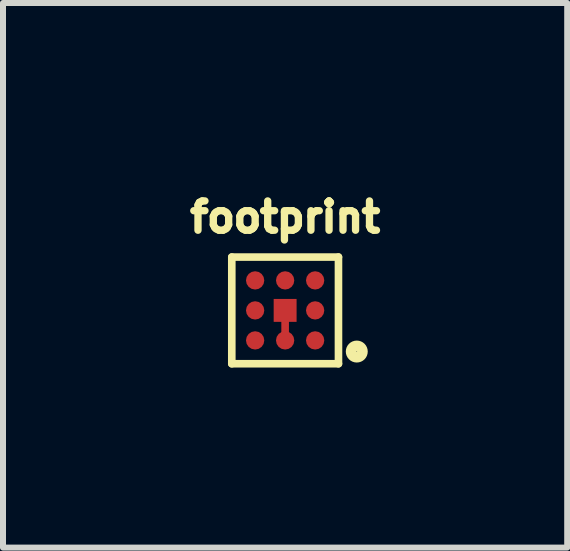
<source format=kicad_pcb>
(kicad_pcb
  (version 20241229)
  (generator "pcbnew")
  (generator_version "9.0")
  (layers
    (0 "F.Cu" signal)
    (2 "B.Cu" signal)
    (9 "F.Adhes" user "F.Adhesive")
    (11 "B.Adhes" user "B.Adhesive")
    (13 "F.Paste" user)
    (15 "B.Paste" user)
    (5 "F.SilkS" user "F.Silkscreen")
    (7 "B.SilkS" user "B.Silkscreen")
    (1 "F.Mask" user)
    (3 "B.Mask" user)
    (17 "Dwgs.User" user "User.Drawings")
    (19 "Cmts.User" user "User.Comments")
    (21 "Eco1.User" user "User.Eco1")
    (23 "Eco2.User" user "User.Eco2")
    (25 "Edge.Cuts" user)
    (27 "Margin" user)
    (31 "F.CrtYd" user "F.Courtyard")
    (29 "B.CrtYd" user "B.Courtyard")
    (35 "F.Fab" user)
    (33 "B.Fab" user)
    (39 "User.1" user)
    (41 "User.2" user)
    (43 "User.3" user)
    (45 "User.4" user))
  (footprint "footprint"
    (layer "F.Cu")
    (at 1.702 2.123)
    (property "Reference" "footprint" (at 0 -1.27 0) (layer "F.SilkS") (effects (font (size 0.488 0.488) (thickness 0.122)) (justify bottom)))
    (fp_line (start 0 0) (end 0 0.5) (stroke (width 0.127) (type solid)) (layer "F.Cu"))
    (fp_poly (pts (xy -0.191 0.191) (xy 0.191 0.191) (xy 0.191 -0.191) (xy -0.191 -0.191)) (stroke (width 0) (type solid)) (fill yes) (layer "F.Cu"))
    (fp_line (start -0.889 -0.889) (end 0.889 -0.889) (stroke (width 0.127) (type solid)) (layer "F.SilkS"))
    (fp_line (start -0.889 0.889) (end -0.889 -0.889) (stroke (width 0.127) (type solid)) (layer "F.SilkS"))
    (fp_line (start 0.889 -0.889) (end 0.889 0.889) (stroke (width 0.127) (type solid)) (layer "F.SilkS"))
    (fp_line (start 0.889 0.889) (end -0.889 0.889) (stroke (width 0.127) (type solid)) (layer "F.SilkS"))
    (fp_circle (center 1.194 0.686) (end 1.288 0.686) (stroke (width 0.178) (type solid)) (fill no) (layer "F.SilkS"))
    (pad "A1" smd roundrect (at 0.5 0.5) (size 0.305 0.305) (layers "F.Cu" "F.Mask" "F.Paste") (roundrect_rratio 0.5))
    (pad "A2" smd roundrect (at 0 0.5) (size 0.305 0.305) (layers "F.Cu" "F.Mask" "F.Paste") (roundrect_rratio 0.5))
    (pad "A3" smd roundrect (at -0.5 0.5) (size 0.305 0.305) (layers "F.Cu" "F.Mask" "F.Paste") (roundrect_rratio 0.5))
    (pad "B1" smd roundrect (at 0.5 0) (size 0.305 0.305) (layers "F.Cu" "F.Mask" "F.Paste") (roundrect_rratio 0.5))
    (pad "B3" smd roundrect (at -0.5 0) (size 0.305 0.305) (layers "F.Cu" "F.Mask" "F.Paste") (roundrect_rratio 0.5))
    (pad "C1" smd roundrect (at 0.5 -0.5) (size 0.305 0.305) (layers "F.Cu" "F.Mask" "F.Paste") (roundrect_rratio 0.5))
    (pad "C2" smd roundrect (at 0 -0.5) (size 0.305 0.305) (layers "F.Cu" "F.Mask" "F.Paste") (roundrect_rratio 0.5))
    (pad "C3" smd roundrect (at -0.5 -0.5) (size 0.305 0.305) (layers "F.Cu" "F.Mask" "F.Paste") (roundrect_rratio 0.5)))
  (gr_rect
    (start -3 -3)
    (end 6.403 6.076)
    (stroke (width 0.1) (type default))
    (fill no)
    (layer "Edge.Cuts")))
</source>
